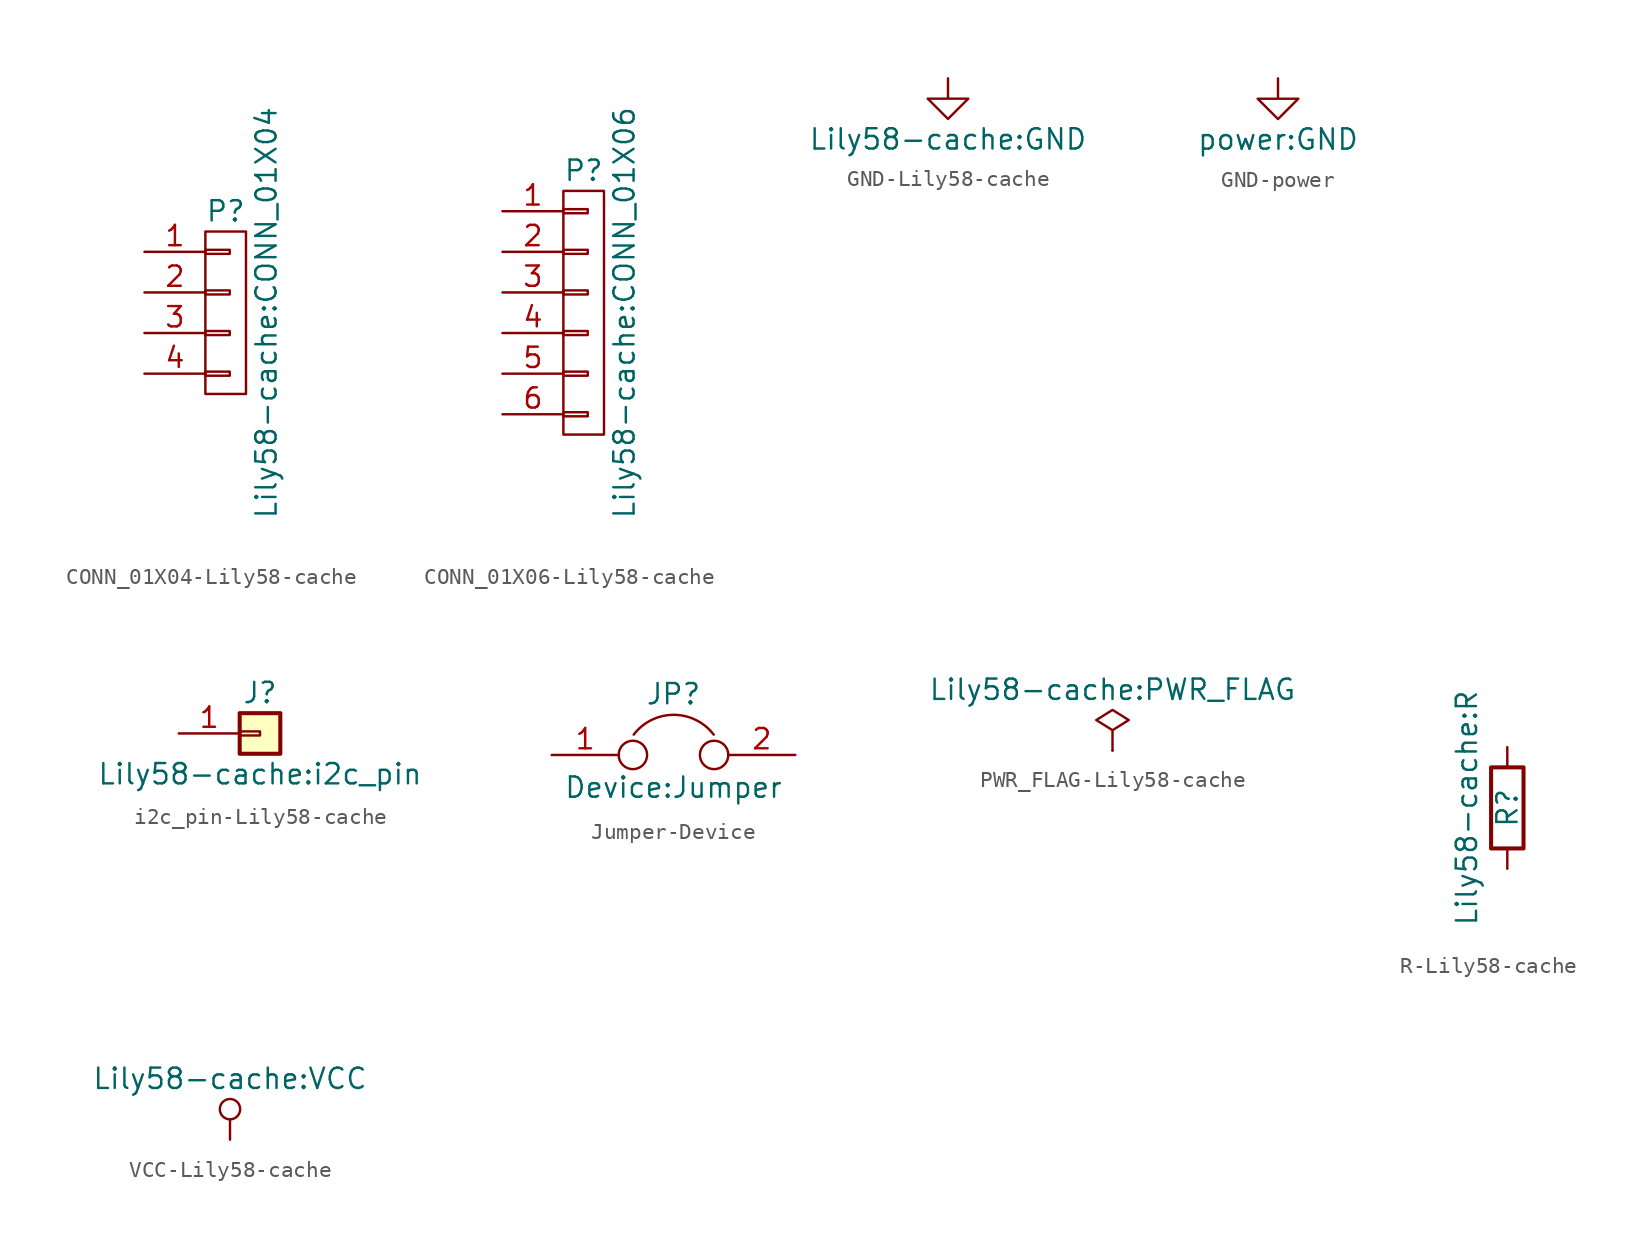
<source format=kicad_sym>
(kicad_symbol_lib
  (version 20231120)
  (generator "kicad_symbol_editor")
  (generator_version "8.0")
  (symbol "CONN_01X04-Lily58-cache"
    (pin_names
      (offset 1.016) hide)
    (property "Reference" "P"
      (at 0 6.35 0)
      (effects (font (size 1.27 1.27))))
    (property "Value" "Lily58-cache:CONN_01X04"
      (at 2.54 0 90)
      (effects (font (size 1.27 1.27))))
    (property "Footprint" ""
      (at 0 0 0)
      (effects (font (size 1.27 1.27))))
    (property "Datasheet" ""
      (at 0 0 0)
      (effects (font (size 1.27 1.27))))
    (symbol "CONN_01X04-Lily58-cache_0_1"
      (rectangle (start -1.27 -3.683) (end 0.254 -3.937) (stroke (width 0) (type solid)) (fill (type none)))
      (rectangle (start -1.27 -1.143) (end 0.254 -1.397) (stroke (width 0) (type solid)) (fill (type none)))
      (rectangle (start -1.27 1.397) (end 0.254 1.143) (stroke (width 0) (type solid)) (fill (type none)))
      (rectangle (start -1.27 3.937) (end 0.254 3.683) (stroke (width 0) (type solid)) (fill (type none)))
      (rectangle (start -1.27 5.08) (end 1.27 -5.08) (stroke (width 0) (type solid)) (fill (type none))))
    (symbol "CONN_01X04-Lily58-cache_1_1"
      (pin passive line (at -5.08 3.81 0) (length 3.81) (name "P1" (effects (font (size 1.27 1.27)))) (number "1" (effects (font (size 1.27 1.27)))))
      (pin passive line (at -5.08 1.27 0) (length 3.81) (name "P2" (effects (font (size 1.27 1.27)))) (number "2" (effects (font (size 1.27 1.27)))))
      (pin passive line (at -5.08 -1.27 0) (length 3.81) (name "P3" (effects (font (size 1.27 1.27)))) (number "3" (effects (font (size 1.27 1.27)))))
      (pin passive line (at -5.08 -3.81 0) (length 3.81) (name "P4" (effects (font (size 1.27 1.27)))) (number "4" (effects (font (size 1.27 1.27)))))))
  (symbol "CONN_01X06-Lily58-cache"
    (pin_names
      (offset 1.016) hide)
    (property "Reference" "P"
      (at 0 8.89 0)
      (effects (font (size 1.27 1.27))))
    (property "Value" "Lily58-cache:CONN_01X06"
      (at 2.54 0 90)
      (effects (font (size 1.27 1.27))))
    (property "Footprint" ""
      (at 0 0 0)
      (effects (font (size 1.27 1.27))))
    (property "Datasheet" ""
      (at 0 0 0)
      (effects (font (size 1.27 1.27))))
    (symbol "CONN_01X06-Lily58-cache_0_1"
      (rectangle (start -1.27 -6.223) (end 0.254 -6.477) (stroke (width 0) (type solid)) (fill (type none)))
      (rectangle (start -1.27 -3.683) (end 0.254 -3.937) (stroke (width 0) (type solid)) (fill (type none)))
      (rectangle (start -1.27 -1.143) (end 0.254 -1.397) (stroke (width 0) (type solid)) (fill (type none)))
      (rectangle (start -1.27 1.397) (end 0.254 1.143) (stroke (width 0) (type solid)) (fill (type none)))
      (rectangle (start -1.27 3.937) (end 0.254 3.683) (stroke (width 0) (type solid)) (fill (type none)))
      (rectangle (start -1.27 6.477) (end 0.254 6.223) (stroke (width 0) (type solid)) (fill (type none)))
      (rectangle (start -1.27 7.62) (end 1.27 -7.62) (stroke (width 0) (type solid)) (fill (type none))))
    (symbol "CONN_01X06-Lily58-cache_1_1"
      (pin passive line (at -5.08 6.35 0) (length 3.81) (name "P1" (effects (font (size 1.27 1.27)))) (number "1" (effects (font (size 1.27 1.27)))))
      (pin passive line (at -5.08 3.81 0) (length 3.81) (name "P2" (effects (font (size 1.27 1.27)))) (number "2" (effects (font (size 1.27 1.27)))))
      (pin passive line (at -5.08 1.27 0) (length 3.81) (name "P3" (effects (font (size 1.27 1.27)))) (number "3" (effects (font (size 1.27 1.27)))))
      (pin passive line (at -5.08 -1.27 0) (length 3.81) (name "P4" (effects (font (size 1.27 1.27)))) (number "4" (effects (font (size 1.27 1.27)))))
      (pin passive line (at -5.08 -3.81 0) (length 3.81) (name "P5" (effects (font (size 1.27 1.27)))) (number "5" (effects (font (size 1.27 1.27)))))
      (pin passive line (at -5.08 -6.35 0) (length 3.81) (name "P6" (effects (font (size 1.27 1.27)))) (number "6" (effects (font (size 1.27 1.27)))))))
  (symbol "GND-Lily58-cache"
    (power)
    (pin_names
      (offset 0))
    (property "Reference" "#PWR"
      (at 0 -6.35 0)
      (effects (font (size 1.27 1.27)) (hide yes)))
    (property "Value" "Lily58-cache:GND"
      (at 0 -3.81 0)
      (effects (font (size 1.27 1.27))))
    (symbol "GND-Lily58-cache_1_1"
      (polyline (pts (xy 0 0) (xy 0 -1.27) (xy 1.27 -1.27) (xy 0 -2.54) (xy -1.27 -1.27) (xy 0 -1.27)) (stroke (width 0) (type solid)) (fill (type none)))
      (pin power_in line (at 0 0 0) (length 0) hide (name "GND" (effects (font (size 1.27 1.27)))) (number "1" (effects (font (size 1.27 1.27)))))))
  (symbol "GND-power"
    (power)
    (pin_names
      (offset 0))
    (property "Reference" "#PWR"
      (at 0 -6.35 0)
      (effects (font (size 1.27 1.27)) (hide yes)))
    (property "Value" "power:GND"
      (at 0 -3.81 0)
      (effects (font (size 1.27 1.27))))
    (symbol "GND-power_0_1"
      (polyline (pts (xy 0 0) (xy 0 -1.27) (xy 1.27 -1.27) (xy 0 -2.54) (xy -1.27 -1.27) (xy 0 -1.27)) (stroke (width 0) (type solid)) (fill (type none))))
    (symbol "GND-power_1_1"
      (pin power_in line (at 0 0 270) (length 0) hide (name "GND" (effects (font (size 1.27 1.27)))) (number "1" (effects (font (size 1.27 1.27)))))))
  (symbol "i2c_pin-Lily58-cache"
    (pin_names
      (offset 1.016) hide)
    (property "Reference" "J"
      (at 0 2.54 0)
      (effects (font (size 1.27 1.27))))
    (property "Value" "Lily58-cache:i2c_pin"
      (at 0 -2.54 0)
      (effects (font (size 1.27 1.27))))
    (symbol "i2c_pin-Lily58-cache_1_1"
      (rectangle (start -1.27 0.127) (end 0 -0.127) (stroke (width 0.152) (type solid)) (fill (type none)))
      (rectangle (start -1.27 1.27) (end 1.27 -1.27) (stroke (width 0.254) (type solid)) (fill (type background)))
      (pin passive line (at -5.08 0 0) (length 3.81) (name "Pin_1" (effects (font (size 1.27 1.27)))) (number "1" (effects (font (size 1.27 1.27)))))))
  (symbol "Jumper-Device"
    (pin_names
      (offset 0.762) hide)
    (property "Reference" "JP"
      (at 0 3.81 0)
      (effects (font (size 1.27 1.27))))
    (property "Value" "Device:Jumper"
      (at 0 -2.032 0)
      (effects (font (size 1.27 1.27))))
    (symbol "Jumper-Device_0_1"
      (circle (center -2.54 0) (radius 0.889) (stroke (width 0) (type solid)) (fill (type none)))
      (arc (start 2.5146 1.27) (mid 0.0078 2.5097) (end -2.4892 1.27) (stroke (width 0) (type solid)) (fill (type none)))
      (circle (center 2.54 0) (radius 0.889) (stroke (width 0) (type solid)) (fill (type none)))
      (pin passive line (at -7.62 0 0) (length 4.191) (name "1" (effects (font (size 1.27 1.27)))) (number "1" (effects (font (size 1.27 1.27)))))
      (pin passive line (at 7.62 0 180) (length 4.191) (name "2" (effects (font (size 1.27 1.27)))) (number "2" (effects (font (size 1.27 1.27)))))))
  (symbol "PWR_FLAG-Lily58-cache"
    (power)
    (pin_numbers hide)
    (pin_names
      (offset 0) hide)
    (property "Reference" "#FLG"
      (at 0 0 0)
      (effects (font (size 1.27 1.27)) (hide yes)))
    (property "Value" "Lily58-cache:PWR_FLAG"
      (at 0 3.81 0)
      (effects (font (size 1.27 1.27))))
    (symbol "PWR_FLAG-Lily58-cache_0_0"
      (pin power_out line (at 0 0 90) (length 0) (name "pwr" (effects (font (size 1.27 1.27)))) (number "1" (effects (font (size 1.27 1.27))))))
    (symbol "PWR_FLAG-Lily58-cache_0_1"
      (polyline (pts (xy 0 0) (xy 0 1.27) (xy -1.016 1.905) (xy 0 2.54) (xy 1.016 1.905) (xy 0 1.27)) (stroke (width 0) (type solid)) (fill (type none)))))
  (symbol "R-Lily58-cache"
    (pin_numbers hide)
    (pin_names
      (offset 0))
    (property "Reference" "R"
      (at 0 0 90)
      (effects (font (size 1.27 1.27))))
    (property "Value" "Lily58-cache:R"
      (at -2.54 0 90)
      (effects (font (size 1.27 1.27))))
    (symbol "R-Lily58-cache_0_1"
      (rectangle (start -1.016 -2.54) (end 1.016 2.54) (stroke (width 0.254) (type solid)) (fill (type none))))
    (symbol "R-Lily58-cache_1_1"
      (pin passive line (at 0 3.81 270) (length 1.27) (name "~" (effects (font (size 1.27 1.27)))) (number "1" (effects (font (size 1.27 1.27)))))
      (pin passive line (at 0 -3.81 90) (length 1.27) (name "~" (effects (font (size 1.27 1.27)))) (number "2" (effects (font (size 1.27 1.27)))))))
  (symbol "VCC-Lily58-cache"
    (power)
    (pin_names
      (offset 0))
    (property "Reference" "#PWR"
      (at 0 -3.81 0)
      (effects (font (size 1.27 1.27)) (hide yes)))
    (property "Value" "Lily58-cache:VCC"
      (at 0 3.81 0)
      (effects (font (size 1.27 1.27))))
    (symbol "VCC-Lily58-cache_0_1"
      (polyline (pts (xy 0 0) (xy 0 1.27)) (stroke (width 0) (type solid)) (fill (type none)))
      (circle (center 0 1.905) (radius 0.635) (stroke (width 0) (type solid)) (fill (type none))))
    (symbol "VCC-Lily58-cache_1_1"
      (pin power_in line (at 0 0 90) (length 0) hide (name "VCC" (effects (font (size 1.27 1.27)))) (number "1" (effects (font (size 1.27 1.27))))))))
</source>
